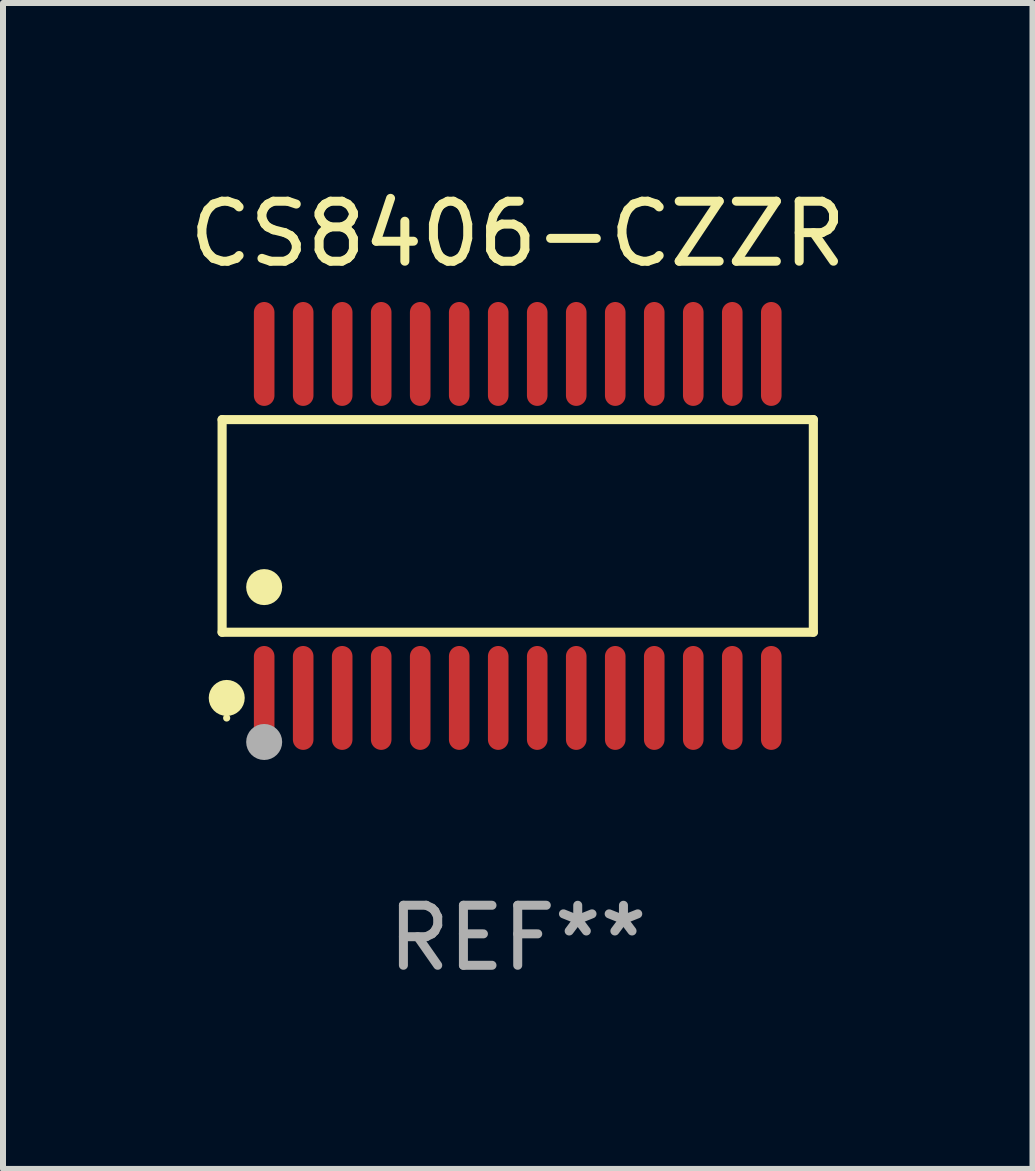
<source format=kicad_pcb>
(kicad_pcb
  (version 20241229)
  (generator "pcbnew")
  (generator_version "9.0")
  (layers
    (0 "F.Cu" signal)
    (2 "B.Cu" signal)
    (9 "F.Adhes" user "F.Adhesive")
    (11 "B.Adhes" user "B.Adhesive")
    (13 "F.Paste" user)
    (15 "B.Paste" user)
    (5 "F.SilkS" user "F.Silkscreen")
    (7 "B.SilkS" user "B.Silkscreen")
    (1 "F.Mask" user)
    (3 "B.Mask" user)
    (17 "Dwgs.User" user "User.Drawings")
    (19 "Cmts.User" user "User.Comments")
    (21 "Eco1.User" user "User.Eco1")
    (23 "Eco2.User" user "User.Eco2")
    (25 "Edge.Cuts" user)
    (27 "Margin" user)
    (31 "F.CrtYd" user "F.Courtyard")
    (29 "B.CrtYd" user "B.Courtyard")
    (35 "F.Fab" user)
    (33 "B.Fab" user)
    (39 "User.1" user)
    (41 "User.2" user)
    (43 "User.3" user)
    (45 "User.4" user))
  (footprint "CS8406-CZZR"
    (layer "F.Cu")
    (at 5.577 5.714)
    (property "Reference" "CS8406-CZZR" (at 0 -4.866 0) (layer "F.SilkS") (effects (font (size 1 1) (thickness 0.15))))
    (attr through_hole)
    (fp_line (start -4.926 -1.772) (end 4.926 -1.772) (stroke (width 0.152) (type solid)) (layer "F.SilkS"))
    (fp_line (start -4.926 1.771) (end -4.926 -1.772) (stroke (width 0.152) (type solid)) (layer "F.SilkS"))
    (fp_line (start 4.926 -1.772) (end 4.926 1.771) (stroke (width 0.152) (type solid)) (layer "F.SilkS"))
    (fp_line (start 4.926 1.771) (end -4.926 1.771) (stroke (width 0.152) (type solid)) (layer "F.SilkS"))
    (fp_circle (center -4.85 3.2) (end -4.82 3.2) (stroke (width 0.06) (type solid)) (fill no) (layer "F.SilkS"))
    (fp_circle (center -4.849 2.866) (end -4.699 2.866) (stroke (width 0.3) (type solid)) (fill no) (layer "F.SilkS"))
    (fp_circle (center -4.225 1.019) (end -4.075 1.019) (stroke (width 0.3) (type solid)) (fill no) (layer "F.SilkS"))
    (fp_circle (center -4.225 3.6) (end -4.075 3.6) (stroke (width 0.3) (type solid)) (fill no) (layer "F.Fab"))
    (fp_text user "REF**" (at 0 6.866 0) (layer "F.Fab") (effects (font (size 1 1) (thickness 0.15))))
    (pad "1" smd oval (at -4.225 2.866) (size 0.343 1.731) (layers "F.Cu" "F.Mask" "F.Paste"))
    (pad "2" smd oval (at -3.575 2.866) (size 0.343 1.731) (layers "F.Cu" "F.Mask" "F.Paste"))
    (pad "3" smd oval (at -2.925 2.866) (size 0.343 1.731) (layers "F.Cu" "F.Mask" "F.Paste"))
    (pad "4" smd oval (at -2.275 2.866) (size 0.343 1.731) (layers "F.Cu" "F.Mask" "F.Paste"))
    (pad "5" smd oval (at -1.625 2.866) (size 0.343 1.731) (layers "F.Cu" "F.Mask" "F.Paste"))
    (pad "6" smd oval (at -0.975 2.866) (size 0.343 1.731) (layers "F.Cu" "F.Mask" "F.Paste"))
    (pad "7" smd oval (at -0.325 2.866) (size 0.343 1.731) (layers "F.Cu" "F.Mask" "F.Paste"))
    (pad "8" smd oval (at 0.325 2.866) (size 0.343 1.731) (layers "F.Cu" "F.Mask" "F.Paste"))
    (pad "9" smd oval (at 0.975 2.866) (size 0.343 1.731) (layers "F.Cu" "F.Mask" "F.Paste"))
    (pad "10" smd oval (at 1.625 2.866) (size 0.343 1.731) (layers "F.Cu" "F.Mask" "F.Paste"))
    (pad "11" smd oval (at 2.275 2.866) (size 0.343 1.731) (layers "F.Cu" "F.Mask" "F.Paste"))
    (pad "12" smd oval (at 2.925 2.866) (size 0.343 1.731) (layers "F.Cu" "F.Mask" "F.Paste"))
    (pad "13" smd oval (at 3.575 2.866) (size 0.343 1.731) (layers "F.Cu" "F.Mask" "F.Paste"))
    (pad "14" smd oval (at 4.225 2.866) (size 0.343 1.731) (layers "F.Cu" "F.Mask" "F.Paste"))
    (pad "15" smd oval (at 4.225 -2.866) (size 0.343 1.731) (layers "F.Cu" "F.Mask" "F.Paste"))
    (pad "16" smd oval (at 3.575 -2.866) (size 0.343 1.731) (layers "F.Cu" "F.Mask" "F.Paste"))
    (pad "17" smd oval (at 2.925 -2.866) (size 0.343 1.731) (layers "F.Cu" "F.Mask" "F.Paste"))
    (pad "18" smd oval (at 2.275 -2.866) (size 0.343 1.731) (layers "F.Cu" "F.Mask" "F.Paste"))
    (pad "19" smd oval (at 1.625 -2.866) (size 0.343 1.731) (layers "F.Cu" "F.Mask" "F.Paste"))
    (pad "20" smd oval (at 0.975 -2.866) (size 0.343 1.731) (layers "F.Cu" "F.Mask" "F.Paste"))
    (pad "21" smd oval (at 0.325 -2.866) (size 0.343 1.731) (layers "F.Cu" "F.Mask" "F.Paste"))
    (pad "22" smd oval (at -0.325 -2.866) (size 0.343 1.731) (layers "F.Cu" "F.Mask" "F.Paste"))
    (pad "23" smd oval (at -0.975 -2.866) (size 0.343 1.731) (layers "F.Cu" "F.Mask" "F.Paste"))
    (pad "24" smd oval (at -1.625 -2.866) (size 0.343 1.731) (layers "F.Cu" "F.Mask" "F.Paste"))
    (pad "25" smd oval (at -2.275 -2.866) (size 0.343 1.731) (layers "F.Cu" "F.Mask" "F.Paste"))
    (pad "26" smd oval (at -2.925 -2.866) (size 0.343 1.731) (layers "F.Cu" "F.Mask" "F.Paste"))
    (pad "27" smd oval (at -3.575 -2.866) (size 0.343 1.731) (layers "F.Cu" "F.Mask" "F.Paste"))
    (pad "28" smd oval (at -4.225 -2.866) (size 0.343 1.731) (layers "F.Cu" "F.Mask" "F.Paste")))
  (gr_rect
    (start -3 -3)
    (end 14.155 16.428)
    (stroke (width 0.1) (type default))
    (fill no)
    (layer "Edge.Cuts")))
</source>
